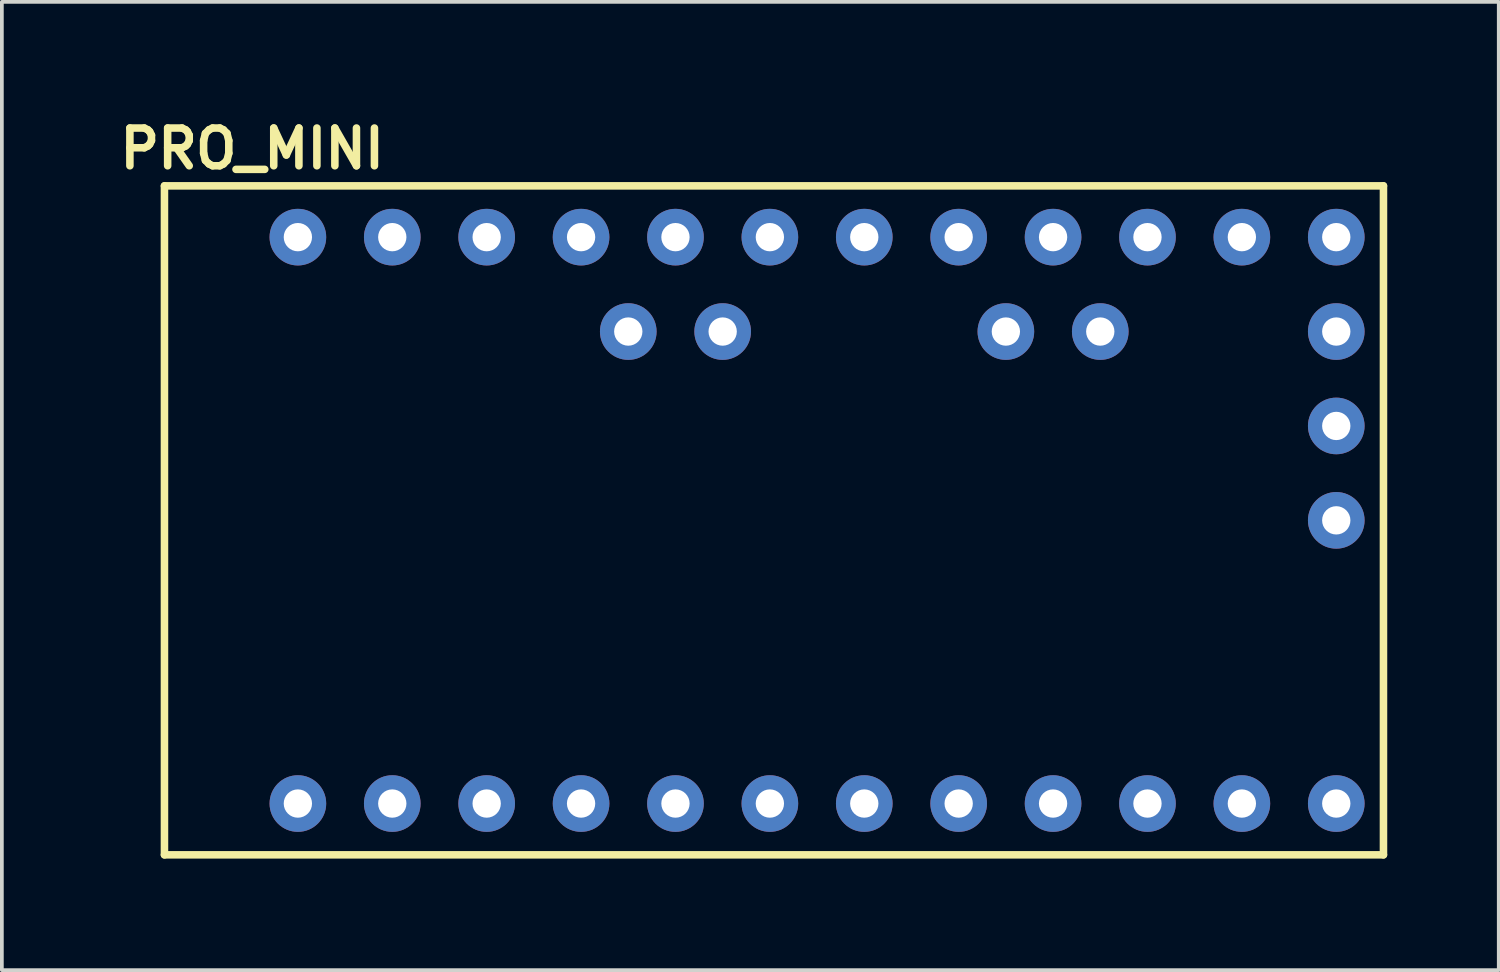
<source format=kicad_pcb>
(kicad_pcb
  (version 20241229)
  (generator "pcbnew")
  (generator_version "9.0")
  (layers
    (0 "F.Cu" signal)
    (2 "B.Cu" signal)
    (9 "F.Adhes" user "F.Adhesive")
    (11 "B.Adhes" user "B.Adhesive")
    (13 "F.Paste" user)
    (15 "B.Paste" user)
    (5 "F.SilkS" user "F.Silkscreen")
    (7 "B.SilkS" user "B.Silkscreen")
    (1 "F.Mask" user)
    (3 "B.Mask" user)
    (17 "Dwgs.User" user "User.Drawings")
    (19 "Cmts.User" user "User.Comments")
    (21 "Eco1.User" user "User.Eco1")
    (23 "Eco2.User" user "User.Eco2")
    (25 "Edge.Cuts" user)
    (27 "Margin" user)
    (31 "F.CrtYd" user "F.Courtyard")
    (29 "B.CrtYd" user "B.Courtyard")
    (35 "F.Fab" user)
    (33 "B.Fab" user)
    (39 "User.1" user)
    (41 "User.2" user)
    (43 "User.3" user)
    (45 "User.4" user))
  (footprint "PRO_MINI"
    (layer "F.Cu")
    (at 18.935 10.951)
    (property "Reference" "PRO_MINI" (at -15.2 -10 0) (layer "F.SilkS") (effects (font (size 1.016 1.016) (thickness 0.203))))
    (attr through_hole)
    (fp_line (start -17.56 -9) (end -17.56 9) (stroke (width 0.203) (type solid)) (layer "F.SilkS"))
    (fp_line (start -17.56 -9) (end 15.24 -9) (stroke (width 0.203) (type solid)) (layer "F.SilkS"))
    (fp_line (start 15.24 9) (end -17.56 9) (stroke (width 0.203) (type solid)) (layer "F.SilkS"))
    (fp_line (start 15.24 9) (end 15.24 -9) (stroke (width 0.203) (type solid)) (layer "F.SilkS"))
    (pad "1" thru_hole circle (at -13.97 7.62) (size 1.524 1.524) (drill 0.762) (layers "*.Cu" "*.Mask"))
    (pad "2" thru_hole circle (at -11.43 7.62) (size 1.524 1.524) (drill 0.762) (layers "*.Cu" "*.Mask"))
    (pad "3" thru_hole circle (at -8.89 7.62) (size 1.524 1.524) (drill 0.762) (layers "*.Cu" "*.Mask"))
    (pad "4" thru_hole circle (at -6.35 7.62) (size 1.524 1.524) (drill 0.762) (layers "*.Cu" "*.Mask"))
    (pad "5" thru_hole circle (at -3.81 7.62) (size 1.524 1.524) (drill 0.762) (layers "*.Cu" "*.Mask"))
    (pad "6" thru_hole circle (at -1.27 7.62) (size 1.524 1.524) (drill 0.762) (layers "*.Cu" "*.Mask"))
    (pad "7" thru_hole circle (at 1.27 7.62) (size 1.524 1.524) (drill 0.762) (layers "*.Cu" "*.Mask"))
    (pad "8" thru_hole circle (at 3.81 7.62) (size 1.524 1.524) (drill 0.762) (layers "*.Cu" "*.Mask"))
    (pad "9" thru_hole circle (at 6.35 7.62) (size 1.524 1.524) (drill 0.762) (layers "*.Cu" "*.Mask"))
    (pad "10" thru_hole circle (at 8.89 7.62) (size 1.524 1.524) (drill 0.762) (layers "*.Cu" "*.Mask"))
    (pad "11" thru_hole circle (at 11.43 7.62) (size 1.524 1.524) (drill 0.762) (layers "*.Cu" "*.Mask"))
    (pad "12" thru_hole circle (at 13.97 7.62) (size 1.524 1.524) (drill 0.762) (layers "*.Cu" "*.Mask"))
    (pad "13" thru_hole circle (at 13.97 -7.62) (size 1.524 1.524) (drill 0.762) (layers "*.Cu" "*.Mask"))
    (pad "14" thru_hole circle (at 11.43 -7.62) (size 1.524 1.524) (drill 0.762) (layers "*.Cu" "*.Mask"))
    (pad "15" thru_hole circle (at 8.89 -7.62) (size 1.524 1.524) (drill 0.762) (layers "*.Cu" "*.Mask"))
    (pad "16" thru_hole circle (at 6.35 -7.62) (size 1.524 1.524) (drill 0.762) (layers "*.Cu" "*.Mask"))
    (pad "17" thru_hole circle (at 3.81 -7.62) (size 1.524 1.524) (drill 0.762) (layers "*.Cu" "*.Mask"))
    (pad "18" thru_hole circle (at 1.27 -7.62) (size 1.524 1.524) (drill 0.762) (layers "*.Cu" "*.Mask"))
    (pad "19" thru_hole circle (at -1.27 -7.62) (size 1.524 1.524) (drill 0.762) (layers "*.Cu" "*.Mask"))
    (pad "20" thru_hole circle (at -3.81 -7.62) (size 1.524 1.524) (drill 0.762) (layers "*.Cu" "*.Mask"))
    (pad "21" thru_hole circle (at -6.35 -7.62) (size 1.524 1.524) (drill 0.762) (layers "*.Cu" "*.Mask"))
    (pad "22" thru_hole circle (at -8.89 -7.62) (size 1.524 1.524) (drill 0.762) (layers "*.Cu" "*.Mask"))
    (pad "23" thru_hole circle (at -11.43 -7.62) (size 1.524 1.524) (drill 0.762) (layers "*.Cu" "*.Mask"))
    (pad "24" thru_hole circle (at -13.97 -7.62) (size 1.524 1.524) (drill 0.762) (layers "*.Cu" "*.Mask"))
    (pad "25" thru_hole circle (at -2.54 -5.08) (size 1.524 1.524) (drill 0.762) (layers "*.Cu" "*.Mask"))
    (pad "26" thru_hole circle (at -5.08 -5.08) (size 1.524 1.524) (drill 0.762) (layers "*.Cu" "*.Mask"))
    (pad "27" thru_hole circle (at 7.62 -5.08) (size 1.524 1.524) (drill 0.762) (layers "*.Cu" "*.Mask"))
    (pad "27" thru_hole circle (at 13.97 -5.08) (size 1.524 1.524) (drill 0.762) (layers "*.Cu" "*.Mask"))
    (pad "28" thru_hole circle (at 5.08 -5.08) (size 1.524 1.524) (drill 0.762) (layers "*.Cu" "*.Mask"))
    (pad "28" thru_hole circle (at 13.97 -2.54) (size 1.524 1.524) (drill 0.762) (layers "*.Cu" "*.Mask"))
    (pad "29" thru_hole circle (at 13.97 0) (size 1.524 1.524) (drill 0.762) (layers "*.Cu" "*.Mask")))
  (gr_rect
    (start -3 -3)
    (end 37.277 23.053)
    (stroke (width 0.1) (type default))
    (fill no)
    (layer "Edge.Cuts")))
</source>
